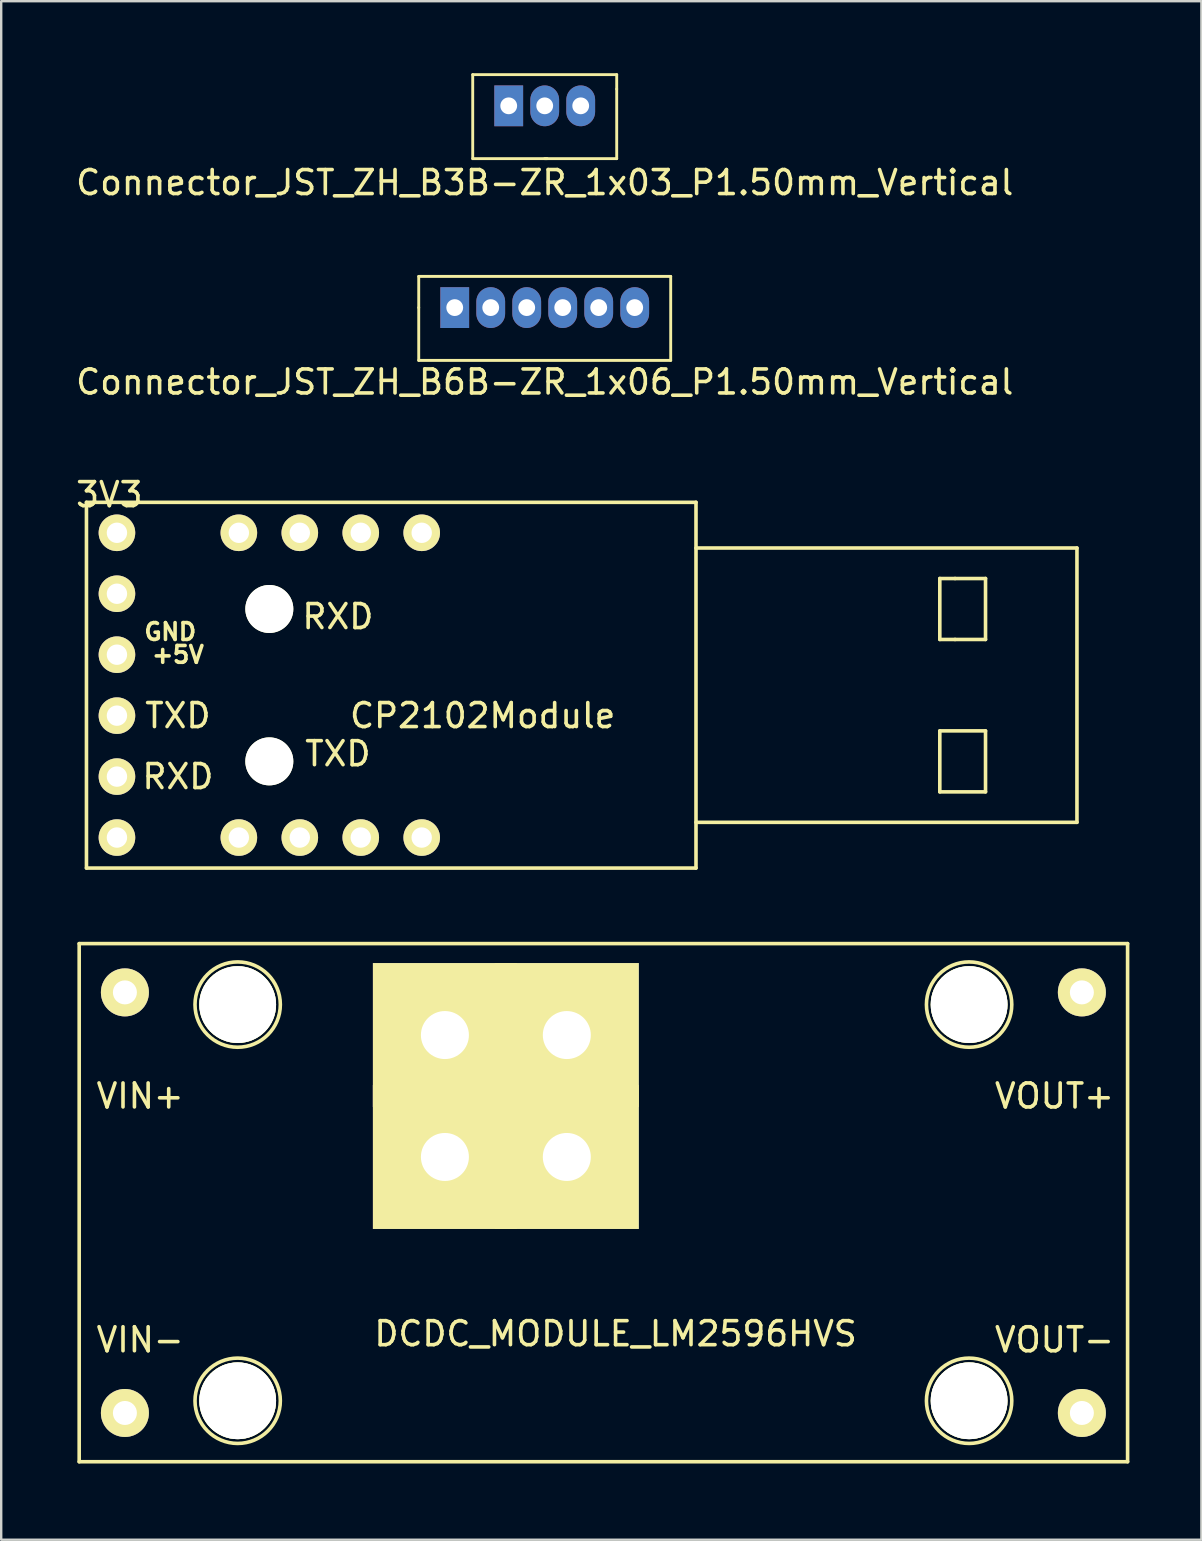
<source format=kicad_pcb>
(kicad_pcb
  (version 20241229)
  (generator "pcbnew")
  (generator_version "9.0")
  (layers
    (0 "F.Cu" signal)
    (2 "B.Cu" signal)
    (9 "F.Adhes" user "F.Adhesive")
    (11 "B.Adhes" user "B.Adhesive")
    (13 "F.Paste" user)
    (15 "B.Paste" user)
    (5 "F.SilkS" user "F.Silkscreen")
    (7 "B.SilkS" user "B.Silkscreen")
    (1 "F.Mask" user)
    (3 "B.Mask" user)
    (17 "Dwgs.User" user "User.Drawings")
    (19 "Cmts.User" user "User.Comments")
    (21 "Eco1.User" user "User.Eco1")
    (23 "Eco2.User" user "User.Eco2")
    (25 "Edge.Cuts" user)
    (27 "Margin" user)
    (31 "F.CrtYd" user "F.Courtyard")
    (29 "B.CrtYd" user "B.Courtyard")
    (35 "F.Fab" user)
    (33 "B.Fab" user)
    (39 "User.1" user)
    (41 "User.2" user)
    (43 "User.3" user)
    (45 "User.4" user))
  (footprint "CP2102Module"
    (layer "F.Cu")
    (at 11.983 25.502)
    (property "Reference" "CP2102Module" (at 5.08 1.27 0) (layer "F.SilkS") (effects (font (size 1 1) (thickness 0.15))))
    (attr through_hole)
    (fp_line (start -11.43 -7.62) (end -11.43 7.62) (stroke (width 0.15) (type solid)) (layer "F.SilkS"))
    (fp_line (start -11.43 7.62) (end 13.97 7.62) (stroke (width 0.15) (type solid)) (layer "F.SilkS"))
    (fp_line (start 13.97 -7.62) (end -11.43 -7.62) (stroke (width 0.15) (type solid)) (layer "F.SilkS"))
    (fp_line (start 13.97 -5.715) (end 29.845 -5.715) (stroke (width 0.15) (type solid)) (layer "F.SilkS"))
    (fp_line (start 13.97 7.62) (end 13.97 -7.62) (stroke (width 0.15) (type solid)) (layer "F.SilkS"))
    (fp_line (start 24.13 -4.445) (end 24.13 -1.905) (stroke (width 0.15) (type solid)) (layer "F.SilkS"))
    (fp_line (start 24.13 -1.905) (end 24.765 -1.905) (stroke (width 0.15) (type solid)) (layer "F.SilkS"))
    (fp_line (start 24.13 1.905) (end 26.035 1.905) (stroke (width 0.15) (type solid)) (layer "F.SilkS"))
    (fp_line (start 24.13 4.445) (end 24.13 1.905) (stroke (width 0.15) (type solid)) (layer "F.SilkS"))
    (fp_line (start 24.765 -4.445) (end 24.13 -4.445) (stroke (width 0.15) (type solid)) (layer "F.SilkS"))
    (fp_line (start 24.765 -4.445) (end 26.035 -4.445) (stroke (width 0.15) (type solid)) (layer "F.SilkS"))
    (fp_line (start 26.035 -4.445) (end 26.035 -1.905) (stroke (width 0.15) (type solid)) (layer "F.SilkS"))
    (fp_line (start 26.035 -1.905) (end 24.765 -1.905) (stroke (width 0.15) (type solid)) (layer "F.SilkS"))
    (fp_line (start 26.035 1.905) (end 26.035 4.445) (stroke (width 0.15) (type solid)) (layer "F.SilkS"))
    (fp_line (start 26.035 4.445) (end 24.13 4.445) (stroke (width 0.15) (type solid)) (layer "F.SilkS"))
    (fp_line (start 29.845 -5.715) (end 29.845 5.715) (stroke (width 0.15) (type solid)) (layer "F.SilkS"))
    (fp_line (start 29.845 5.715) (end 13.97 5.715) (stroke (width 0.15) (type solid)) (layer "F.SilkS"))
    (fp_text user "RXD" (at -7.62 3.81 0) (layer "F.SilkS") (effects (font (size 1 1) (thickness 0.15))))
    (fp_text user "GND" (at -7.938 -2.223 0) (layer "F.SilkS") (effects (font (size 0.7 0.7) (thickness 0.15))))
    (fp_text user "+5V" (at -7.62 -1.27 0) (layer "F.SilkS") (effects (font (size 0.7 0.7) (thickness 0.15))))
    (fp_text user "TXD" (at -7.62 1.27 0) (layer "F.SilkS") (effects (font (size 1 1) (thickness 0.15))))
    (fp_text user "TXD" (at -0.953 2.857 0) (layer "F.SilkS") (effects (font (size 1 1) (thickness 0.15))))
    (fp_text user "RXD" (at -0.953 -2.857 0) (layer "F.SilkS") (effects (font (size 1 1) (thickness 0.15))))
    (fp_text user "3V3" (at -10.477 -7.938 0) (layer "F.SilkS") (effects (font (size 1 1) (thickness 0.15))))
    (pad "" np_thru_hole circle (at -3.81 -3.175) (size 2 2) (drill 2) (layers "*.Cu" "*.Mask" "F.SilkS"))
    (pad "" np_thru_hole circle (at -3.81 3.175) (size 2 2) (drill 2) (layers "*.Cu" "*.Mask" "F.SilkS"))
    (pad "1" thru_hole circle (at -10.16 -6.35) (size 1.524 1.524) (drill 0.85) (layers "*.Cu" "*.Mask" "F.SilkS"))
    (pad "2" thru_hole circle (at -10.16 -3.81) (size 1.524 1.524) (drill 0.85) (layers "*.Cu" "*.Mask" "F.SilkS"))
    (pad "3" thru_hole circle (at -10.16 -1.27) (size 1.524 1.524) (drill 0.85) (layers "*.Cu" "*.Mask" "F.SilkS"))
    (pad "4" thru_hole circle (at -10.16 1.27) (size 1.524 1.524) (drill 0.85) (layers "*.Cu" "*.Mask" "F.SilkS"))
    (pad "5" thru_hole circle (at -10.16 3.81) (size 1.524 1.524) (drill 0.85) (layers "*.Cu" "*.Mask" "F.SilkS"))
    (pad "6" thru_hole circle (at -10.16 6.35) (size 1.524 1.524) (drill 0.85) (layers "*.Cu" "*.Mask" "F.SilkS"))
    (pad "7" thru_hole circle (at -5.08 6.35) (size 1.524 1.524) (drill 0.85) (layers "*.Cu" "*.Mask" "F.SilkS"))
    (pad "8" thru_hole circle (at -2.54 6.35) (size 1.524 1.524) (drill 0.85) (layers "*.Cu" "*.Mask" "F.SilkS"))
    (pad "9" thru_hole circle (at 0 6.35) (size 1.524 1.524) (drill 0.85) (layers "*.Cu" "*.Mask" "F.SilkS"))
    (pad "10" thru_hole circle (at 2.54 6.35) (size 1.524 1.524) (drill 0.85) (layers "*.Cu" "*.Mask" "F.SilkS"))
    (pad "11" thru_hole circle (at 2.54 -6.35) (size 1.524 1.524) (drill 0.85) (layers "*.Cu" "*.Mask" "F.SilkS"))
    (pad "12" thru_hole circle (at 0 -6.35) (size 1.524 1.524) (drill 0.85) (layers "*.Cu" "*.Mask" "F.SilkS"))
    (pad "13" thru_hole circle (at -2.54 -6.35) (size 1.524 1.524) (drill 0.85) (layers "*.Cu" "*.Mask" "F.SilkS"))
    (pad "14" thru_hole circle (at -5.08 -6.35) (size 1.524 1.524) (drill 0.85) (layers "*.Cu" "*.Mask" "F.SilkS")))
  (footprint "Connector_JST_ZH_B3B-ZR_1x03_P1.50mm_Vertical"
    (layer "F.Cu")
    (at 19.649 1.36)
    (property "Reference" "Connector_JST_ZH_B3B-ZR_1x03_P1.50mm_Vertical" (at 0 3.2 0) (layer "F.SilkS") (effects (font (size 1 1) (thickness 0.15))))
    (attr through_hole)
    (fp_line (start -3 -1.3) (end -3 2.2) (stroke (width 0.12) (type solid)) (layer "F.SilkS"))
    (fp_line (start -3 2.2) (end 0.1 2.2) (stroke (width 0.12) (type solid)) (layer "F.SilkS"))
    (fp_line (start 0 2.2) (end 3 2.2) (stroke (width 0.12) (type solid)) (layer "F.SilkS"))
    (fp_line (start 3 -1.3) (end -3 -1.3) (stroke (width 0.12) (type solid)) (layer "F.SilkS"))
    (fp_line (start 3 -0.7) (end 3 -1.3) (stroke (width 0.12) (type solid)) (layer "F.SilkS"))
    (fp_line (start 3 2.2) (end 3 -0.7) (stroke (width 0.12) (type solid)) (layer "F.SilkS"))
    (pad "1" thru_hole rect (at -1.5 0) (size 1.2 1.7) (drill 0.7) (layers "*.Cu" "*.Mask"))
    (pad "2" thru_hole oval (at 0 0) (size 1.2 1.7) (drill 0.7) (layers "*.Cu" "*.Mask"))
    (pad "3" thru_hole oval (at 1.5 0) (size 1.2 1.7) (drill 0.7) (layers "*.Cu" "*.Mask")))
  (footprint "DCDC_MODULE_LM2596HVS"
    (layer "F.Cu")
    (at 0.25 57.862)
    (property "Reference" "DCDC_MODULE_LM2596HVS" (at 22.352 -5.334 0) (layer "F.SilkS") (effects (font (size 1 1) (thickness 0.15))))
    (attr through_hole)
    (fp_line (start 0 -21.59) (end 0 0) (stroke (width 0.15) (type solid)) (layer "F.SilkS"))
    (fp_line (start 0 0) (end 43.688 0) (stroke (width 0.15) (type solid)) (layer "F.SilkS"))
    (fp_line (start 42.672 -2.032) (end 41.656 -2.032) (stroke (width 0.15) (type solid)) (layer "F.SilkS"))
    (fp_line (start 43.688 -21.59) (end 0 -21.59) (stroke (width 0.15) (type solid)) (layer "F.SilkS"))
    (fp_line (start 43.688 0) (end 43.688 -21.59) (stroke (width 0.15) (type solid)) (layer "F.SilkS"))
    (fp_circle (center 6.604 -19.05) (end 8.128 -19.05) (stroke (width 0.15) (type solid)) (fill no) (layer "F.SilkS"))
    (fp_circle (center 6.604 -19.05) (end 8.382 -19.05) (stroke (width 0.15) (type solid)) (fill no) (layer "F.SilkS"))
    (fp_circle (center 6.604 -2.54) (end 8.128 -2.54) (stroke (width 0.15) (type solid)) (fill no) (layer "F.SilkS"))
    (fp_circle (center 6.604 -2.54) (end 8.382 -2.54) (stroke (width 0.15) (type solid)) (fill no) (layer "F.SilkS"))
    (fp_circle (center 37.084 -19.05) (end 38.608 -19.05) (stroke (width 0.15) (type solid)) (fill no) (layer "F.SilkS"))
    (fp_circle (center 37.084 -19.05) (end 38.862 -19.05) (stroke (width 0.15) (type solid)) (fill no) (layer "F.SilkS"))
    (fp_circle (center 37.084 -2.54) (end 38.608 -2.54) (stroke (width 0.15) (type solid)) (fill no) (layer "F.SilkS"))
    (fp_circle (center 37.084 -2.54) (end 38.862 -2.54) (stroke (width 0.15) (type solid)) (fill no) (layer "F.SilkS"))
    (fp_text user "VOUT-" (at 40.64 -5.08 0) (layer "F.SilkS") (effects (font (size 1 1) (thickness 0.15))))
    (fp_text user "VOUT+" (at 40.64 -15.24 0) (layer "F.SilkS") (effects (font (size 1 1) (thickness 0.15))))
    (fp_text user "VIN-" (at 2.54 -5.08 0) (layer "F.SilkS") (effects (font (size 1 1) (thickness 0.15))))
    (fp_text user "VIN+" (at 2.54 -15.24 0) (layer "F.SilkS") (effects (font (size 1 1) (thickness 0.15))))
    (pad "" np_thru_hole circle (at 6.604 -19.05) (size 3.2 3.2) (drill 3.2) (layers "*.Cu" "*.Mask" "F.SilkS"))
    (pad "" np_thru_hole circle (at 6.604 -2.54) (size 3.2 3.2) (drill 3.2) (layers "*.Cu" "*.Mask" "F.SilkS"))
    (pad "" thru_hole trapezoid (at 15.24 -17.78) (size 6 6) (drill 2) (layers "*.Cu" "*.Mask" "F.SilkS"))
    (pad "" thru_hole trapezoid (at 15.24 -12.7) (size 6 6) (drill 2) (layers "*.Cu" "*.Mask" "F.SilkS"))
    (pad "" thru_hole trapezoid (at 20.32 -17.78) (size 6 6) (drill 2) (layers "*.Cu" "*.Mask" "F.SilkS"))
    (pad "" thru_hole trapezoid (at 20.32 -12.7) (size 6 6) (drill 2) (layers "*.Cu" "*.Mask" "F.SilkS"))
    (pad "" np_thru_hole circle (at 37.084 -19.05) (size 3.2 3.2) (drill 3.2) (layers "*.Cu" "*.Mask" "F.SilkS"))
    (pad "" np_thru_hole circle (at 37.084 -2.54) (size 3.2 3.2) (drill 3.2) (layers "*.Cu" "*.Mask" "F.SilkS"))
    (pad "1" thru_hole circle (at 1.905 -19.558) (size 2 2) (drill 1) (layers "*.Cu" "*.Mask" "F.SilkS"))
    (pad "2" thru_hole circle (at 1.905 -2.032) (size 2 2) (drill 1) (layers "*.Cu" "*.Mask" "F.SilkS"))
    (pad "3" thru_hole circle (at 41.783 -19.558) (size 2 2) (drill 1) (layers "*.Cu" "*.Mask" "F.SilkS"))
    (pad "4" thru_hole circle (at 41.783 -2.032) (size 2 2) (drill 1) (layers "*.Cu" "*.Mask" "F.SilkS")))
  (footprint "Connector_JST_ZH_B6B-ZR_1x06_P1.50mm_Vertical"
    (layer "F.Cu")
    (at 19.649 9.768)
    (property "Reference" "Connector_JST_ZH_B6B-ZR_1x06_P1.50mm_Vertical" (at 0 3.1 0) (layer "F.SilkS") (effects (font (size 1 1) (thickness 0.15))))
    (attr through_hole)
    (fp_line (start -5.25 -1.3) (end -5.25 0) (stroke (width 0.12) (type solid)) (layer "F.SilkS"))
    (fp_line (start -5.25 0) (end -5.25 2.2) (stroke (width 0.12) (type solid)) (layer "F.SilkS"))
    (fp_line (start -5.25 2.2) (end 5.25 2.2) (stroke (width 0.12) (type solid)) (layer "F.SilkS"))
    (fp_line (start 5.25 -1.3) (end -5.25 -1.3) (stroke (width 0.12) (type solid)) (layer "F.SilkS"))
    (fp_line (start 5.25 2.2) (end 5.25 -1.3) (stroke (width 0.12) (type solid)) (layer "F.SilkS"))
    (pad "1" thru_hole rect (at -3.75 0) (size 1.2 1.7) (drill 0.7) (layers "*.Cu" "*.Mask"))
    (pad "2" thru_hole oval (at -2.25 0) (size 1.2 1.7) (drill 0.7) (layers "*.Cu" "*.Mask"))
    (pad "3" thru_hole oval (at -0.75 0) (size 1.2 1.7) (drill 0.7) (layers "*.Cu" "*.Mask"))
    (pad "4" thru_hole oval (at 0.75 0) (size 1.2 1.7) (drill 0.7) (layers "*.Cu" "*.Mask"))
    (pad "5" thru_hole oval (at 2.25 0) (size 1.2 1.7) (drill 0.7) (layers "*.Cu" "*.Mask"))
    (pad "6" thru_hole oval (at 3.75 0) (size 1.2 1.7) (drill 0.7) (layers "*.Cu" "*.Mask")))
  (gr_rect
    (start -3 -3)
    (end 47.013 61.112)
    (stroke (width 0.1) (type default))
    (fill no)
    (layer "Edge.Cuts")))
</source>
